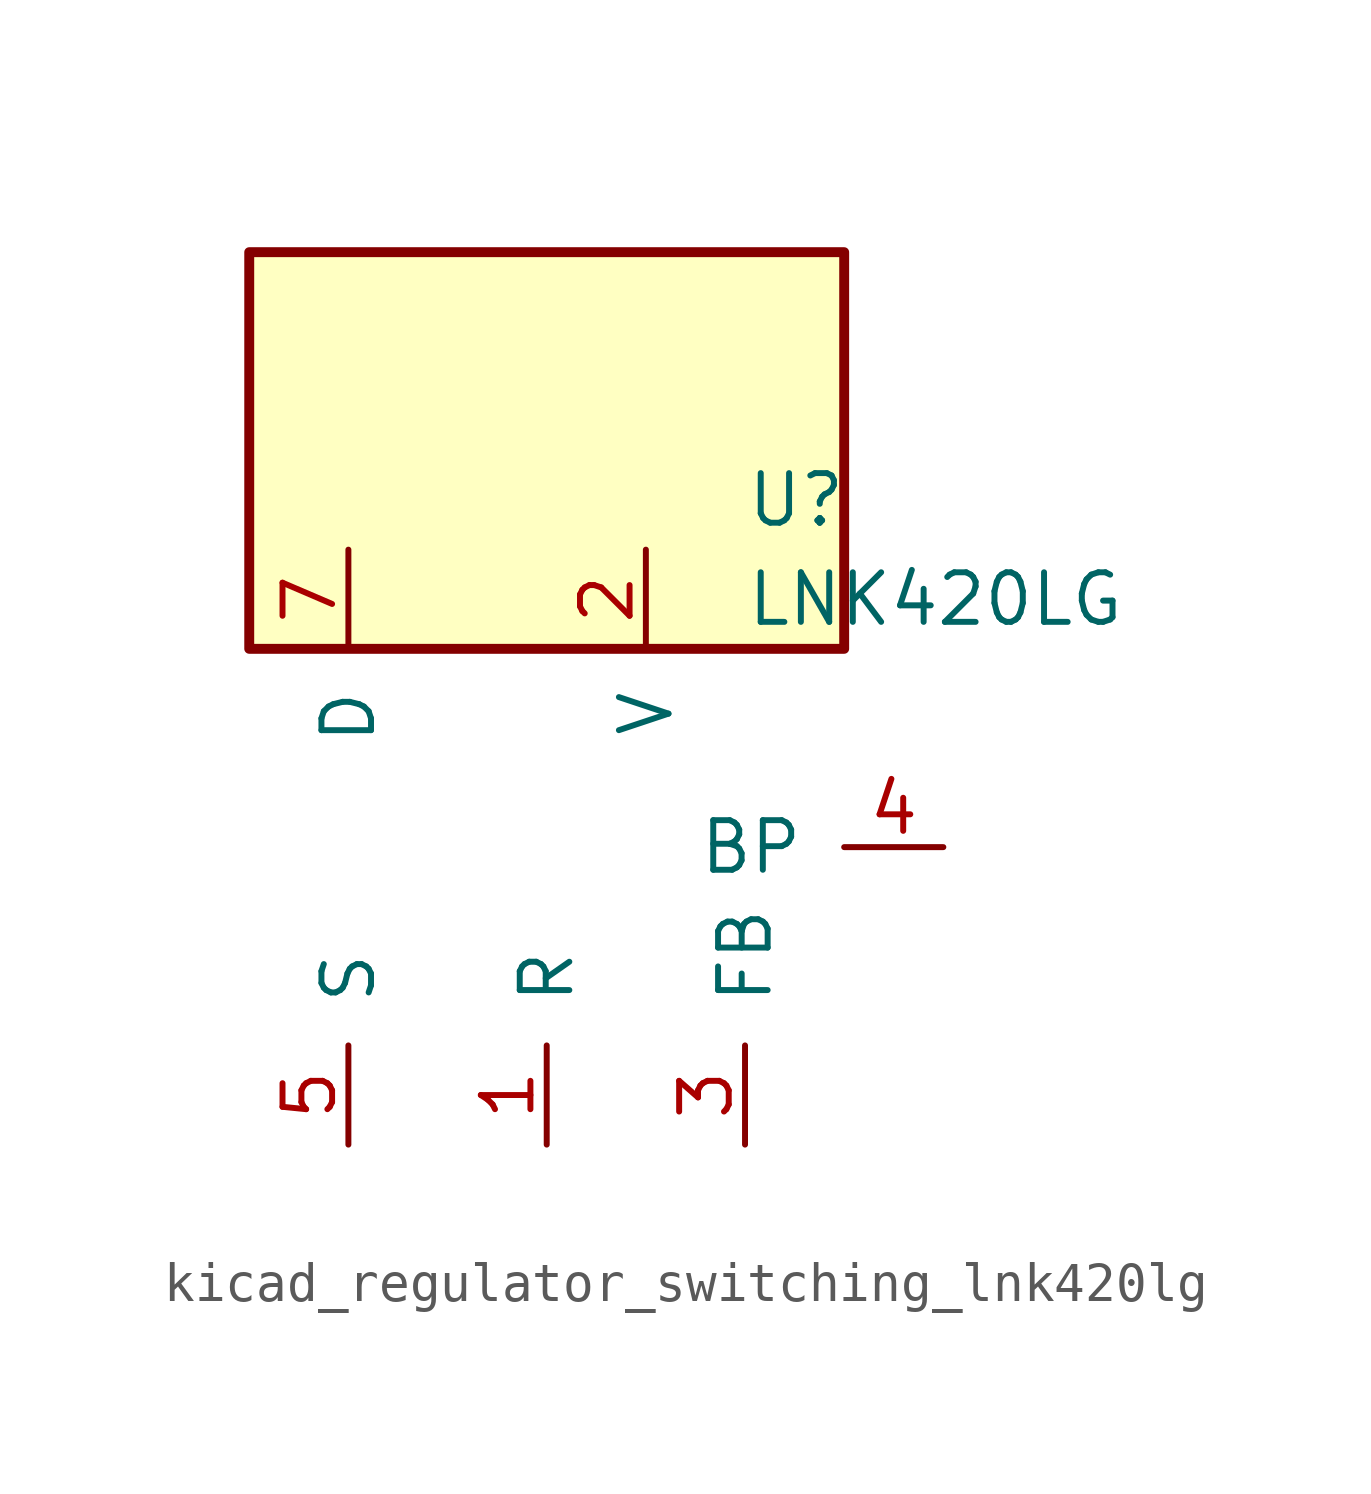
<source format=kicad_sym>
(kicad_symbol_lib
  (version 20220914)
  (generator kicad_symbol_editor)
  (symbol "kicad_regulator_switching_lnk420lg"
    (pin_names
      (offset 1.016))
    (property "Reference" "U"
      (at 5.08 8.89 0)
      (effects (font (size 1.27 1.27)) (justify left)))
    (property "Value" "LNK420LG"
      (at 5.08 6.35 0)
      (effects (font (size 1.27 1.27)) (justify left)))
    (symbol "kicad_regulator_switching_lnk420lg_0_1"
      (rectangle (start 7.62 15.24) (end -7.62 5.08) (stroke (width 0.254) (type default)) (fill (type background))))
    (symbol "kicad_regulator_switching_lnk420lg_1_1"
      (pin input line (at 0 -7.62 90) (length 2.54) (name "R" (effects (font (size 1.27 1.27)))) (number "1" (effects (font (size 1.27 1.27)))))
      (pin input line (at 2.54 7.62 270) (length 2.54) (name "V" (effects (font (size 1.27 1.27)))) (number "2" (effects (font (size 1.27 1.27)))))
      (pin input line (at 5.08 -7.62 90) (length 2.54) (name "FB" (effects (font (size 1.27 1.27)))) (number "3" (effects (font (size 1.27 1.27)))))
      (pin input line (at 10.16 0 180) (length 2.54) (name "BP" (effects (font (size 1.27 1.27)))) (number "4" (effects (font (size 1.27 1.27)))))
      (pin power_in line (at -5.08 -7.62 90) (length 2.54) (name "S" (effects (font (size 1.27 1.27)))) (number "5" (effects (font (size 1.27 1.27)))))
      (pin open_collector line (at -5.08 7.62 270) (length 2.54) (name "D" (effects (font (size 1.27 1.27)))) (number "7" (effects (font (size 1.27 1.27))))))))
</source>
